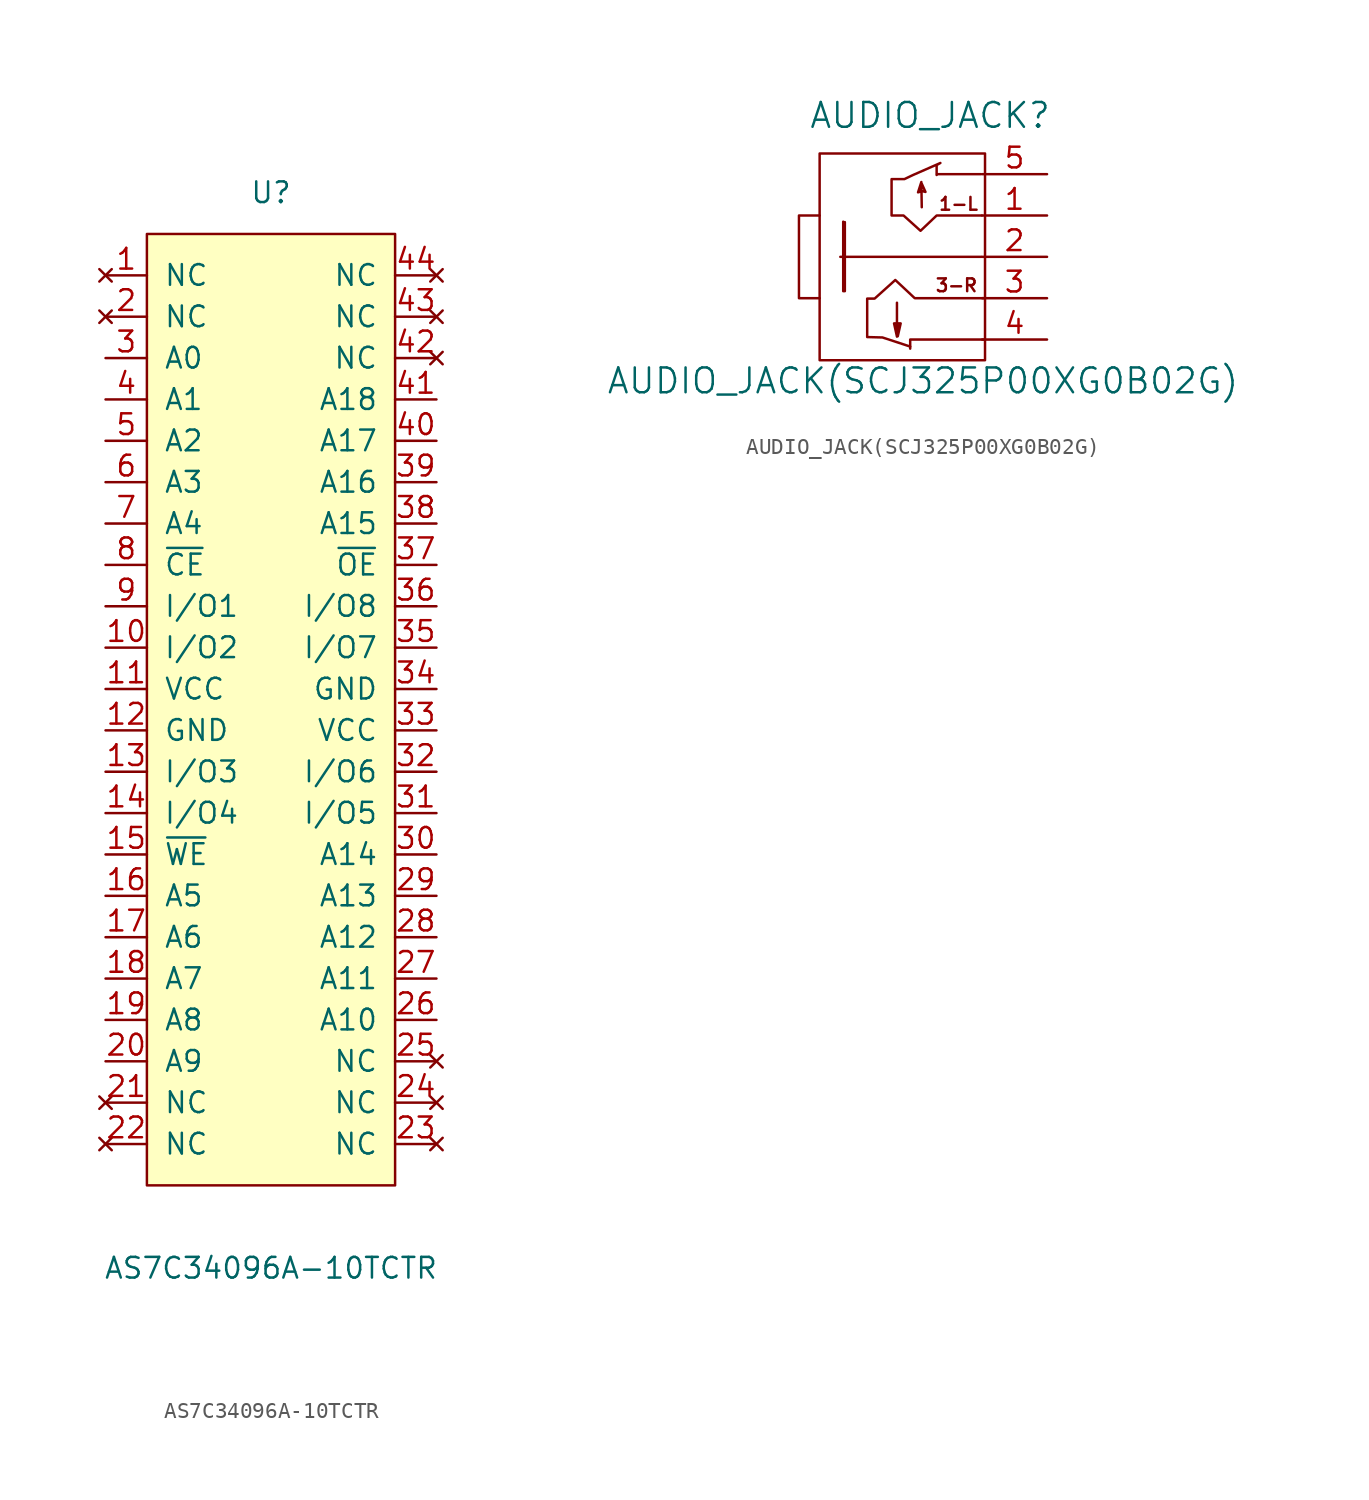
<source format=kicad_sym>
(kicad_symbol_lib
  (version 20241209)
  (generator "kicad_symbol_editor")
  (generator_version "9.0")
  (symbol "AS7C34096A-10TCTR"
    (pin_names
      (offset 1.016))
    (property "Reference" "U"
      (at 0 30.48 0)
      (effects (font (size 1.27 1.27))))
    (property "Value" "AS7C34096A-10TCTR"
      (at 0 -35.56 0)
      (effects (font (size 1.27 1.27))))
    (symbol "AS7C34096A-10TCTR_0_1"
      (rectangle (start -7.62 27.94) (end 7.62 -30.48) (stroke (width 0) (type solid)) (fill (type background))))
    (symbol "AS7C34096A-10TCTR_1_1"
      (pin no_connect line (at -10.16 25.4 0) (length 2.54) (name "NC" (effects (font (size 1.27 1.27)))) (number "1" (effects (font (size 1.27 1.27)))))
      (pin no_connect line (at -10.16 22.86 0) (length 2.54) (name "NC" (effects (font (size 1.27 1.27)))) (number "2" (effects (font (size 1.27 1.27)))))
      (pin bidirectional line (at -10.16 20.32 0) (length 2.54) (name "A0" (effects (font (size 1.27 1.27)))) (number "3" (effects (font (size 1.27 1.27)))))
      (pin bidirectional line (at -10.16 17.78 0) (length 2.54) (name "A1" (effects (font (size 1.27 1.27)))) (number "4" (effects (font (size 1.27 1.27)))))
      (pin bidirectional line (at -10.16 15.24 0) (length 2.54) (name "A2" (effects (font (size 1.27 1.27)))) (number "5" (effects (font (size 1.27 1.27)))))
      (pin bidirectional line (at -10.16 12.7 0) (length 2.54) (name "A3" (effects (font (size 1.27 1.27)))) (number "6" (effects (font (size 1.27 1.27)))))
      (pin bidirectional line (at -10.16 10.16 0) (length 2.54) (name "A4" (effects (font (size 1.27 1.27)))) (number "7" (effects (font (size 1.27 1.27)))))
      (pin input line (at -10.16 7.62 0) (length 2.54) (name "~{CE}" (effects (font (size 1.27 1.27)))) (number "8" (effects (font (size 1.27 1.27)))))
      (pin bidirectional line (at -10.16 5.08 0) (length 2.54) (name "I/O1" (effects (font (size 1.27 1.27)))) (number "9" (effects (font (size 1.27 1.27)))))
      (pin bidirectional line (at -10.16 2.54 0) (length 2.54) (name "I/O2" (effects (font (size 1.27 1.27)))) (number "10" (effects (font (size 1.27 1.27)))))
      (pin power_in line (at -10.16 0 0) (length 2.54) (name "VCC" (effects (font (size 1.27 1.27)))) (number "11" (effects (font (size 1.27 1.27)))))
      (pin power_in line (at -10.16 -2.54 0) (length 2.54) (name "GND" (effects (font (size 1.27 1.27)))) (number "12" (effects (font (size 1.27 1.27)))))
      (pin bidirectional line (at -10.16 -5.08 0) (length 2.54) (name "I/O3" (effects (font (size 1.27 1.27)))) (number "13" (effects (font (size 1.27 1.27)))))
      (pin bidirectional line (at -10.16 -7.62 0) (length 2.54) (name "I/O4" (effects (font (size 1.27 1.27)))) (number "14" (effects (font (size 1.27 1.27)))))
      (pin input line (at -10.16 -10.16 0) (length 2.54) (name "~{WE}" (effects (font (size 1.27 1.27)))) (number "15" (effects (font (size 1.27 1.27)))))
      (pin bidirectional line (at -10.16 -12.7 0) (length 2.54) (name "A5" (effects (font (size 1.27 1.27)))) (number "16" (effects (font (size 1.27 1.27)))))
      (pin bidirectional line (at -10.16 -15.24 0) (length 2.54) (name "A6" (effects (font (size 1.27 1.27)))) (number "17" (effects (font (size 1.27 1.27)))))
      (pin bidirectional line (at -10.16 -17.78 0) (length 2.54) (name "A7" (effects (font (size 1.27 1.27)))) (number "18" (effects (font (size 1.27 1.27)))))
      (pin bidirectional line (at -10.16 -20.32 0) (length 2.54) (name "A8" (effects (font (size 1.27 1.27)))) (number "19" (effects (font (size 1.27 1.27)))))
      (pin bidirectional line (at -10.16 -22.86 0) (length 2.54) (name "A9" (effects (font (size 1.27 1.27)))) (number "20" (effects (font (size 1.27 1.27)))))
      (pin no_connect line (at -10.16 -25.4 0) (length 2.54) (name "NC" (effects (font (size 1.27 1.27)))) (number "21" (effects (font (size 1.27 1.27)))))
      (pin no_connect line (at -10.16 -27.94 0) (length 2.54) (name "NC" (effects (font (size 1.27 1.27)))) (number "22" (effects (font (size 1.27 1.27)))))
      (pin no_connect line (at 10.16 25.4 180) (length 2.54) (name "NC" (effects (font (size 1.27 1.27)))) (number "44" (effects (font (size 1.27 1.27)))))
      (pin no_connect line (at 10.16 22.86 180) (length 2.54) (name "NC" (effects (font (size 1.27 1.27)))) (number "43" (effects (font (size 1.27 1.27)))))
      (pin no_connect line (at 10.16 20.32 180) (length 2.54) (name "NC" (effects (font (size 1.27 1.27)))) (number "42" (effects (font (size 1.27 1.27)))))
      (pin bidirectional line (at 10.16 17.78 180) (length 2.54) (name "A18" (effects (font (size 1.27 1.27)))) (number "41" (effects (font (size 1.27 1.27)))))
      (pin bidirectional line (at 10.16 15.24 180) (length 2.54) (name "A17" (effects (font (size 1.27 1.27)))) (number "40" (effects (font (size 1.27 1.27)))))
      (pin bidirectional line (at 10.16 12.7 180) (length 2.54) (name "A16" (effects (font (size 1.27 1.27)))) (number "39" (effects (font (size 1.27 1.27)))))
      (pin bidirectional line (at 10.16 10.16 180) (length 2.54) (name "A15" (effects (font (size 1.27 1.27)))) (number "38" (effects (font (size 1.27 1.27)))))
      (pin bidirectional line (at 10.16 7.62 180) (length 2.54) (name "~{OE}" (effects (font (size 1.27 1.27)))) (number "37" (effects (font (size 1.27 1.27)))))
      (pin bidirectional line (at 10.16 5.08 180) (length 2.54) (name "I/O8" (effects (font (size 1.27 1.27)))) (number "36" (effects (font (size 1.27 1.27)))))
      (pin bidirectional line (at 10.16 2.54 180) (length 2.54) (name "I/O7" (effects (font (size 1.27 1.27)))) (number "35" (effects (font (size 1.27 1.27)))))
      (pin power_in line (at 10.16 0 180) (length 2.54) (name "GND" (effects (font (size 1.27 1.27)))) (number "34" (effects (font (size 1.27 1.27)))))
      (pin power_in line (at 10.16 -2.54 180) (length 2.54) (name "VCC" (effects (font (size 1.27 1.27)))) (number "33" (effects (font (size 1.27 1.27)))))
      (pin bidirectional line (at 10.16 -5.08 180) (length 2.54) (name "I/O6" (effects (font (size 1.27 1.27)))) (number "32" (effects (font (size 1.27 1.27)))))
      (pin bidirectional line (at 10.16 -7.62 180) (length 2.54) (name "I/O5" (effects (font (size 1.27 1.27)))) (number "31" (effects (font (size 1.27 1.27)))))
      (pin bidirectional line (at 10.16 -10.16 180) (length 2.54) (name "A14" (effects (font (size 1.27 1.27)))) (number "30" (effects (font (size 1.27 1.27)))))
      (pin bidirectional line (at 10.16 -12.7 180) (length 2.54) (name "A13" (effects (font (size 1.27 1.27)))) (number "29" (effects (font (size 1.27 1.27)))))
      (pin bidirectional line (at 10.16 -15.24 180) (length 2.54) (name "A12" (effects (font (size 1.27 1.27)))) (number "28" (effects (font (size 1.27 1.27)))))
      (pin bidirectional line (at 10.16 -17.78 180) (length 2.54) (name "A11" (effects (font (size 1.27 1.27)))) (number "27" (effects (font (size 1.27 1.27)))))
      (pin bidirectional line (at 10.16 -20.32 180) (length 2.54) (name "A10" (effects (font (size 1.27 1.27)))) (number "26" (effects (font (size 1.27 1.27)))))
      (pin no_connect line (at 10.16 -22.86 180) (length 2.54) (name "NC" (effects (font (size 1.27 1.27)))) (number "25" (effects (font (size 1.27 1.27)))))
      (pin no_connect line (at 10.16 -25.4 180) (length 2.54) (name "NC" (effects (font (size 1.27 1.27)))) (number "24" (effects (font (size 1.27 1.27)))))
      (pin no_connect line (at 10.16 -27.94 180) (length 2.54) (name "NC" (effects (font (size 1.27 1.27)))) (number "23" (effects (font (size 1.27 1.27)))))))
  (symbol "AUDIO_JACK(SCJ325P00XG0B02G)"
    (pin_names
      (offset 1.016))
    (property "Reference" "AUDIO_JACK"
      (at 0.432 8.687 0)
      (effects (font (size 1.524 1.524))))
    (property "Value" "AUDIO_JACK(SCJ325P00XG0B02G)"
      (at 0 -7.62 0)
      (effects (font (size 1.524 1.524))))
    (property "Datasheet" ""
      (at -1.27 -1.27 0)
      (effects (font (size 1.524 1.524))))
    (symbol "AUDIO_JACK(SCJ325P00XG0B02G)_0_0"
      (polyline (pts (xy -5.08 0) (xy 3.581 0)) (stroke (width 0) (type solid)) (fill (type none)))
      (polyline (pts (xy -4.902 2.159) (xy -4.902 -2.108) (xy -4.801 -2.108) (xy -4.801 2.134) (xy -4.877 -1.956)) (stroke (width 0) (type solid)) (fill (type none)))
      (polyline (pts (xy -1.6 -2.819) (xy -1.6 -4.902) (xy -1.778 -4.089) (xy -1.372 -4.089) (xy -1.549 -4.877)) (stroke (width 0) (type solid)) (fill (type none)))
      (polyline (pts (xy -1.473 -4.191) (xy -1.549 -4.547)) (stroke (width 0) (type solid)) (fill (type none)))
      (polyline (pts (xy -0.787 -5.512) (xy -2.489 -4.953) (xy -3.429 -4.928) (xy -3.429 -2.565) (xy -2.972 -2.565) (xy -1.702 -1.422) (xy -0.508 -2.54) (xy 3.81 -2.54)) (stroke (width 0) (type solid)) (fill (type none)))
      (polyline (pts (xy -0.076 3.048) (xy -0.102 4.597) (xy -0.305 3.962) (xy -0.127 4.013) (xy -0.076 4.496) (xy 0.152 3.988) (xy -0.051 4.039)) (stroke (width 0) (type solid)) (fill (type none)))
      (polyline (pts (xy 0.838 5.029) (xy 0.838 5.639) (xy 1.067 5.766) (xy -0.61 5.029) (xy -1.143 4.775) (xy -1.93 4.775) (xy -1.93 2.54) (xy -1.194 2.54) (xy -0.152 1.6) (xy 0.838 2.54) (xy 3.607 2.54)) (stroke (width 0) (type solid)) (fill (type none)))
      (polyline (pts (xy 3.556 5.08) (xy 0.864 5.08)) (stroke (width 0) (type solid)) (fill (type none)))
      (polyline (pts (xy 3.81 -5.08) (xy -0.787 -5.08) (xy -0.787 -5.639) (xy -0.787 -5.613)) (stroke (width 0) (type solid)) (fill (type none)))
      (text "3-R" (at 2.057 -1.753 0) (effects (font (size 0.787 0.787))))
      (text "1-L" (at 2.184 3.251 0) (effects (font (size 0.787 0.787)))))
    (symbol "AUDIO_JACK(SCJ325P00XG0B02G)_0_1"
      (polyline (pts (xy -6.35 2.54) (xy -7.62 2.54) (xy -7.62 -2.54) (xy -6.35 -2.54)) (stroke (width 0) (type solid)) (fill (type none)))
      (rectangle (start 3.81 6.35) (end -6.35 -6.35) (stroke (width 0) (type solid)) (fill (type none))))
    (symbol "AUDIO_JACK(SCJ325P00XG0B02G)_1_1"
      (pin passive line (at 7.62 5.08 180) (length 3.988) (name "~" (effects (font (size 1.27 1.27)))) (number "5" (effects (font (size 1.27 1.27)))))
      (pin passive line (at 7.62 2.54 180) (length 3.988) (name "~" (effects (font (size 1.27 1.27)))) (number "1" (effects (font (size 1.27 1.27)))))
      (pin passive line (at 7.62 0 180) (length 3.988) (name "~" (effects (font (size 1.27 1.27)))) (number "2" (effects (font (size 1.27 1.27)))))
      (pin passive line (at 7.62 -2.54 180) (length 3.988) (name "~" (effects (font (size 1.27 1.27)))) (number "3" (effects (font (size 1.27 1.27)))))
      (pin passive line (at 7.62 -5.08 180) (length 3.988) (name "~" (effects (font (size 1.27 1.27)))) (number "4" (effects (font (size 1.27 1.27))))))))
</source>
